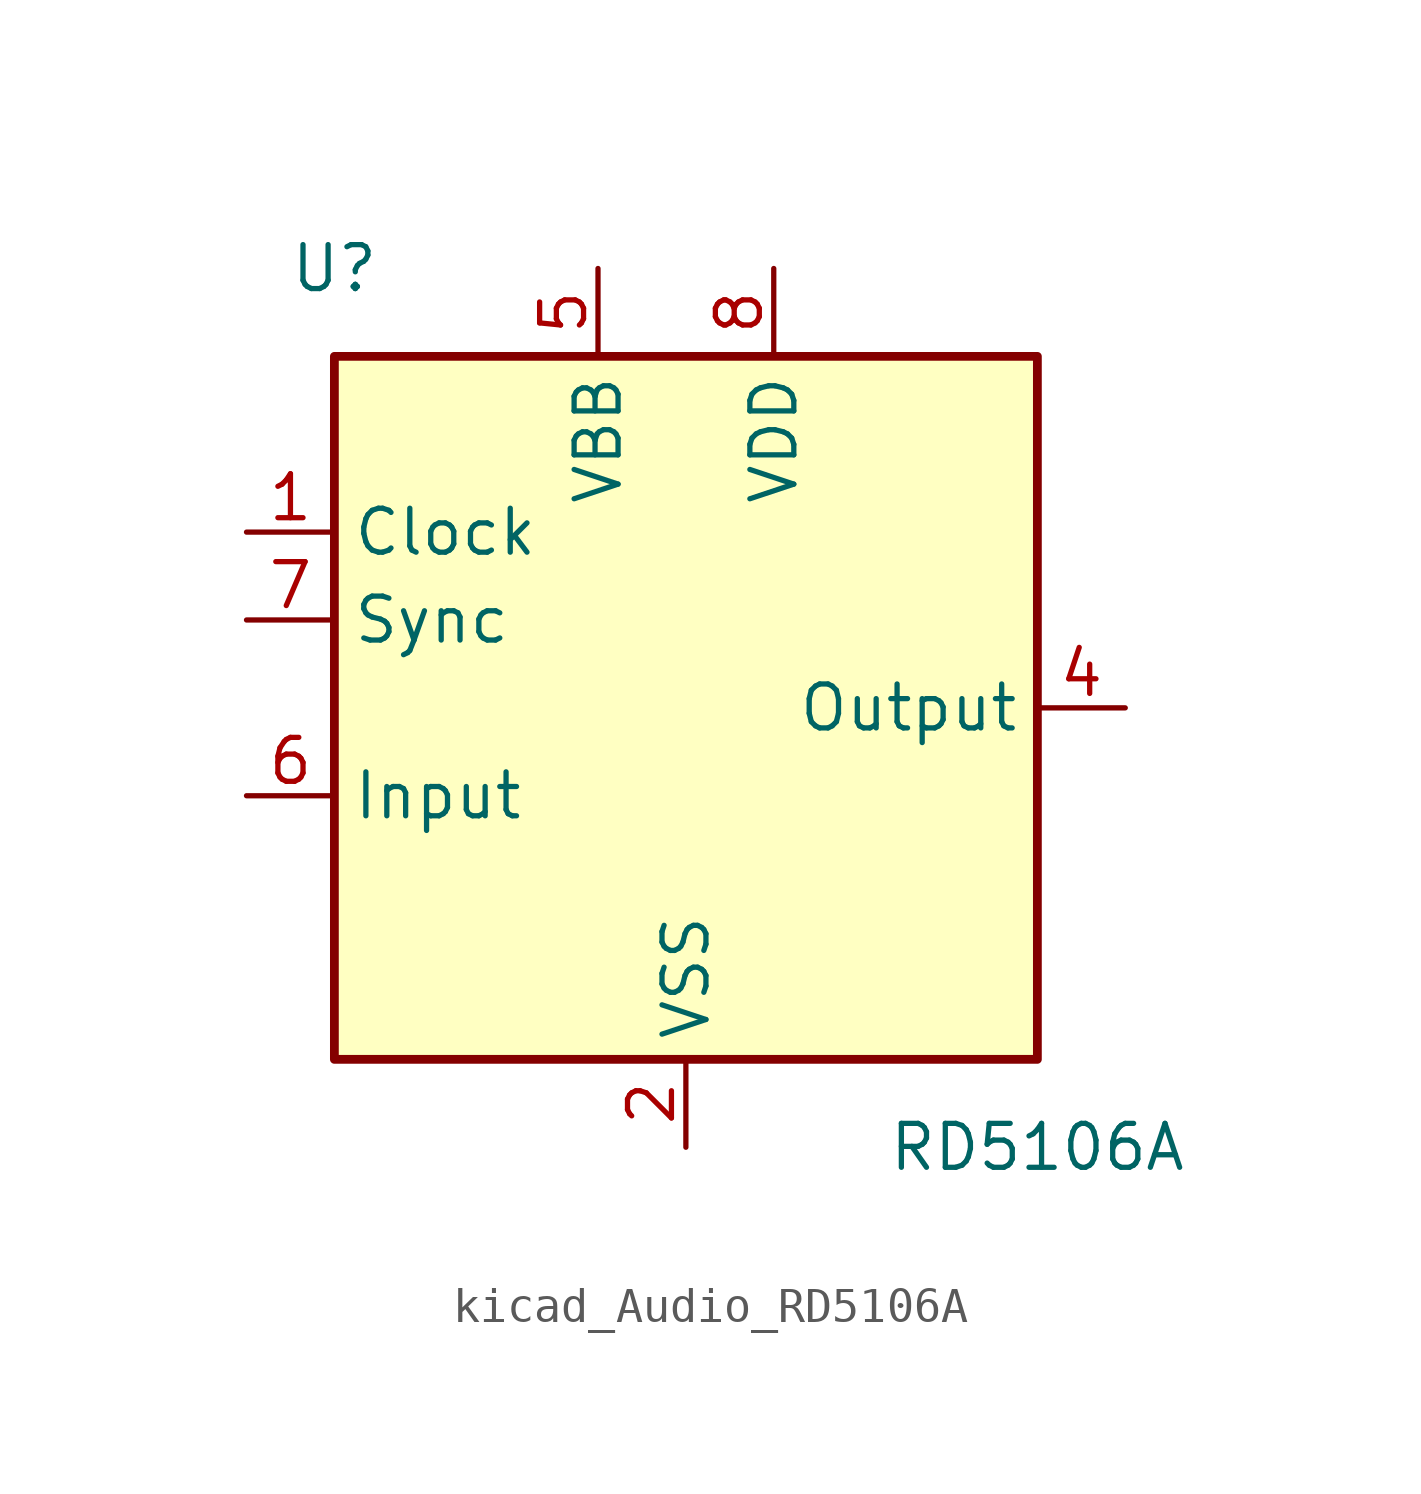
<source format=kicad_sym>
(kicad_symbol_lib
  (version 20220914)
  (generator kicad_symbol_editor)
  (symbol "kicad_Audio_RD5106A"
    (property "Reference" "U"
      (at -10.16 12.7 0)
      (effects (font (size 1.27 1.27))))
    (property "Value" "RD5106A"
      (at 10.16 -12.7 0)
      (effects (font (size 1.27 1.27))))
    (symbol "kicad_Audio_RD5106A_0_1"
      (rectangle (start -10.16 10.16) (end 10.16 -10.16) (stroke (width 0.254) (type default)) (fill (type background))))
    (symbol "kicad_Audio_RD5106A_1_1"
      (pin input line (at -12.7 5.08 0) (length 2.54) (name "Clock" (effects (font (size 1.27 1.27)))) (number "1" (effects (font (size 1.27 1.27)))))
      (pin power_in line (at 0 -12.7 90) (length 2.54) (name "VSS" (effects (font (size 1.27 1.27)))) (number "2" (effects (font (size 1.27 1.27)))))
      (pin no_connect line (at -10.16 -7.62 0) (length 2.54) hide (name "NC" (effects (font (size 1.27 1.27)))) (number "3" (effects (font (size 1.27 1.27)))))
      (pin output line (at 12.7 0 180) (length 2.54) (name "Output" (effects (font (size 1.27 1.27)))) (number "4" (effects (font (size 1.27 1.27)))))
      (pin power_in line (at -2.54 12.7 270) (length 2.54) (name "VBB" (effects (font (size 1.27 1.27)))) (number "5" (effects (font (size 1.27 1.27)))))
      (pin input line (at -12.7 -2.54 0) (length 2.54) (name "Input" (effects (font (size 1.27 1.27)))) (number "6" (effects (font (size 1.27 1.27)))))
      (pin input line (at -12.7 2.54 0) (length 2.54) (name "Sync" (effects (font (size 1.27 1.27)))) (number "7" (effects (font (size 1.27 1.27)))))
      (pin power_in line (at 2.54 12.7 270) (length 2.54) (name "VDD" (effects (font (size 1.27 1.27)))) (number "8" (effects (font (size 1.27 1.27))))))))
</source>
